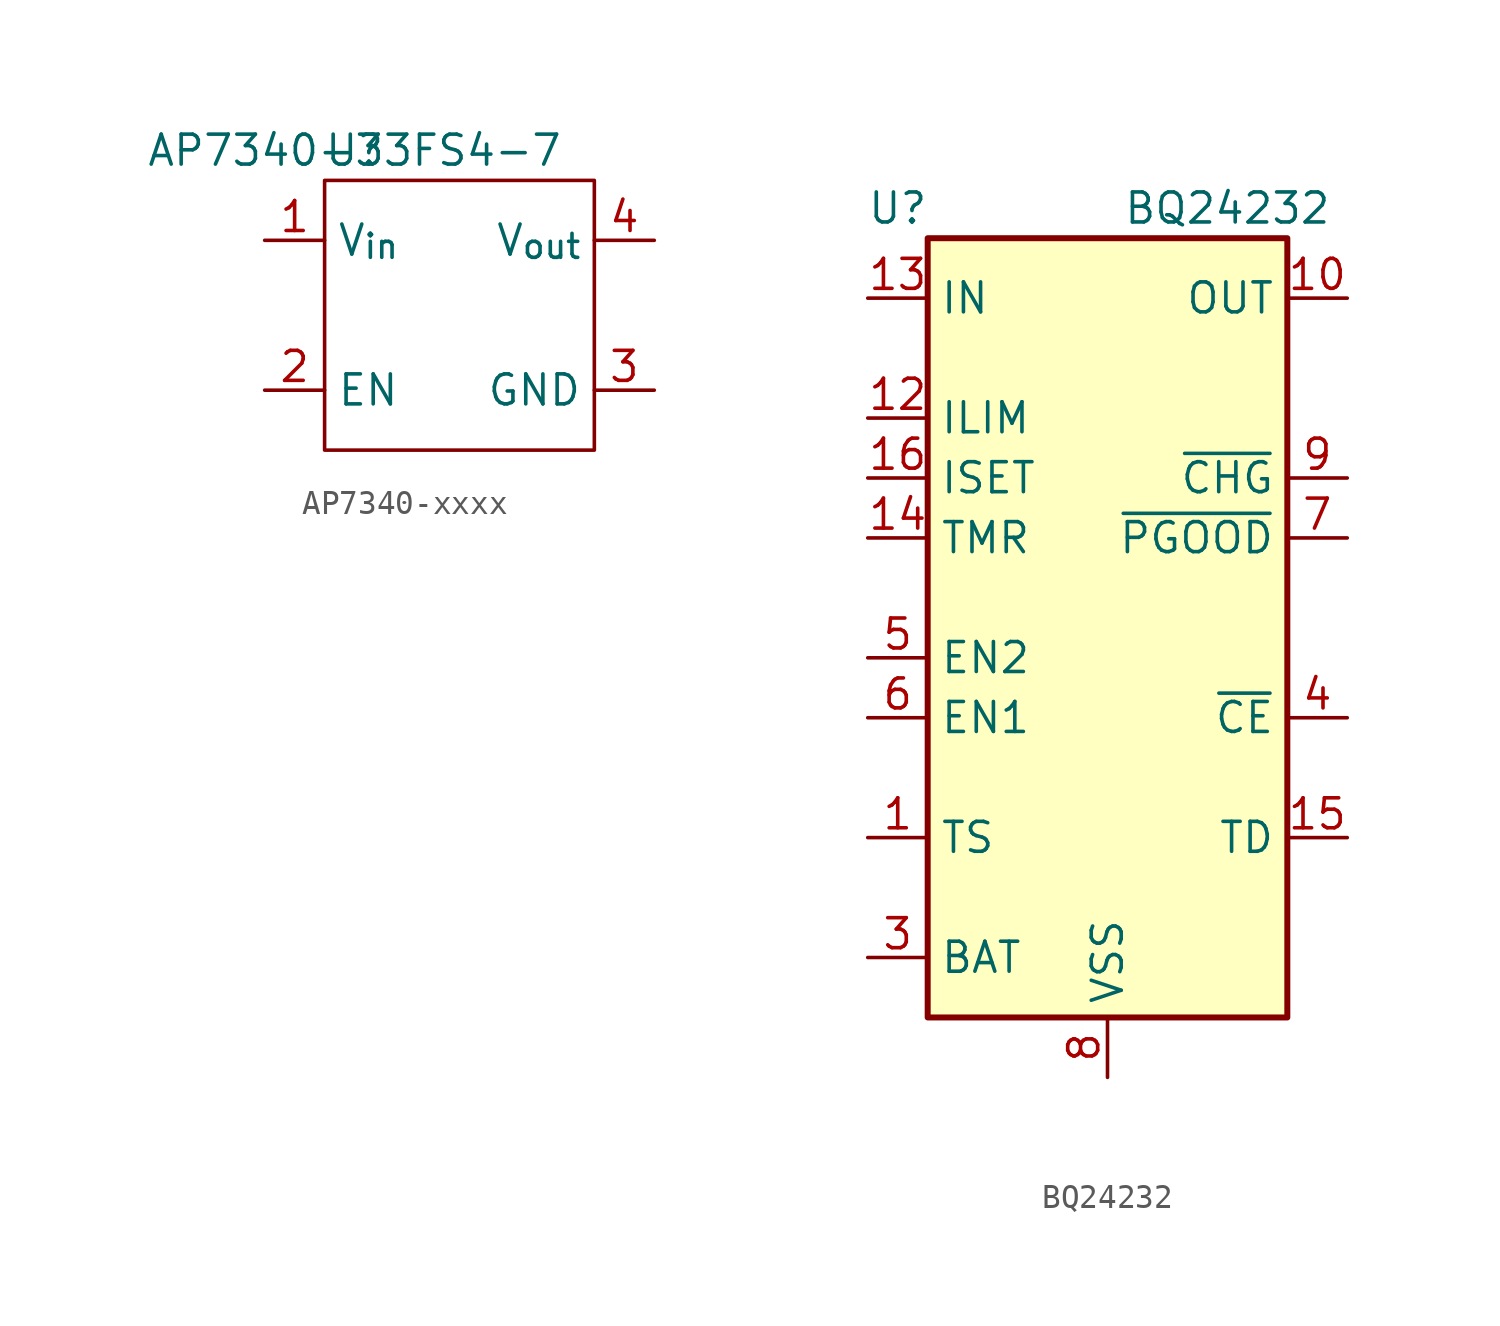
<source format=kicad_sym>
(kicad_symbol_lib
  (version 20231120)
  (generator "kicad_symbol_editor")
  (generator_version "8.0")
  (symbol "AP7340-xxxx"
    (property "Reference" "U"
      (at 0 0 0)
      (effects (font (size 1.27 1.27))))
    (property "Value" "AP7340-33FS4-7"
      (at 0 0 0)
      (effects (font (size 1.27 1.27))))
    (property "LCSC Part #" ""
      (at 0 0 0)
      (effects (font (size 1.27 1.27))))
    (symbol "AP7340-xxxx_0_1"
      (rectangle (start -1.27 -1.27) (end 10.16 -12.7) (stroke (width 0) (type default)) (fill (type none))))
    (symbol "AP7340-xxxx_1_1"
      (pin power_in line (at -3.81 -3.81 0) (length 2.54) (name "V_{in}" (effects (font (size 1.27 1.27)))) (number "1" (effects (font (size 1.27 1.27)))))
      (pin input line (at -3.81 -10.16 0) (length 2.54) (name "EN" (effects (font (size 1.27 1.27)))) (number "2" (effects (font (size 1.27 1.27)))))
      (pin power_in line (at 12.7 -10.16 180) (length 2.54) (name "GND" (effects (font (size 1.27 1.27)))) (number "3" (effects (font (size 1.27 1.27)))))
      (pin power_out line (at 12.7 -3.81 180) (length 2.54) (name "V_{out}" (effects (font (size 1.27 1.27)))) (number "4" (effects (font (size 1.27 1.27)))))))
  (symbol "BQ24232"
    (property "Reference" "U"
      (at -8.89 19.05 0)
      (effects (font (size 1.27 1.27))))
    (property "Value" "BQ24232"
      (at 5.08 19.05 0)
      (effects (font (size 1.27 1.27))))
    (symbol "BQ24232_0_1"
      (rectangle (start -7.62 17.78) (end 7.62 -15.24) (stroke (width 0.254) (type default)) (fill (type background))))
    (symbol "BQ24232_1_1"
      (pin passive line (at -10.16 -7.62 0) (length 2.54) (name "TS" (effects (font (size 1.27 1.27)))) (number "1" (effects (font (size 1.27 1.27)))))
      (pin power_out line (at 10.16 15.24 180) (length 2.54) (name "OUT" (effects (font (size 1.27 1.27)))) (number "10" (effects (font (size 1.27 1.27)))))
      (pin passive line (at 10.16 15.24 180) (length 2.54) hide (name "OUT" (effects (font (size 1.27 1.27)))) (number "11" (effects (font (size 1.27 1.27)))))
      (pin passive line (at -10.16 10.16 0) (length 2.54) (name "ILIM" (effects (font (size 1.27 1.27)))) (number "12" (effects (font (size 1.27 1.27)))))
      (pin power_in line (at -10.16 15.24 0) (length 2.54) (name "IN" (effects (font (size 1.27 1.27)))) (number "13" (effects (font (size 1.27 1.27)))))
      (pin passive line (at -10.16 5.08 0) (length 2.54) (name "TMR" (effects (font (size 1.27 1.27)))) (number "14" (effects (font (size 1.27 1.27)))))
      (pin input line (at 10.16 -7.62 180) (length 2.54) (name "TD" (effects (font (size 1.27 1.27)))) (number "15" (effects (font (size 1.27 1.27)))))
      (pin passive line (at -10.16 7.62 0) (length 2.54) (name "ISET" (effects (font (size 1.27 1.27)))) (number "16" (effects (font (size 1.27 1.27)))))
      (pin passive line (at 0 -17.78 90) (length 2.54) hide (name "VSS" (effects (font (size 1.27 1.27)))) (number "17" (effects (font (size 1.27 1.27)))))
      (pin bidirectional line (at -10.16 -12.7 0) (length 2.54) hide (name "BAT" (effects (font (size 1.27 1.27)))) (number "2" (effects (font (size 1.27 1.27)))))
      (pin bidirectional line (at -10.16 -12.7 0) (length 2.54) (name "BAT" (effects (font (size 1.27 1.27)))) (number "3" (effects (font (size 1.27 1.27)))))
      (pin input line (at 10.16 -2.54 180) (length 2.54) (name "~{CE}" (effects (font (size 1.27 1.27)))) (number "4" (effects (font (size 1.27 1.27)))))
      (pin input line (at -10.16 0 0) (length 2.54) (name "EN2" (effects (font (size 1.27 1.27)))) (number "5" (effects (font (size 1.27 1.27)))))
      (pin input line (at -10.16 -2.54 0) (length 2.54) (name "EN1" (effects (font (size 1.27 1.27)))) (number "6" (effects (font (size 1.27 1.27)))))
      (pin open_collector line (at 10.16 5.08 180) (length 2.54) (name "~{PGOOD}" (effects (font (size 1.27 1.27)))) (number "7" (effects (font (size 1.27 1.27)))))
      (pin power_in line (at 0 -17.78 90) (length 2.54) (name "VSS" (effects (font (size 1.27 1.27)))) (number "8" (effects (font (size 1.27 1.27)))))
      (pin open_collector line (at 10.16 7.62 180) (length 2.54) (name "~{CHG}" (effects (font (size 1.27 1.27)))) (number "9" (effects (font (size 1.27 1.27))))))))
</source>
